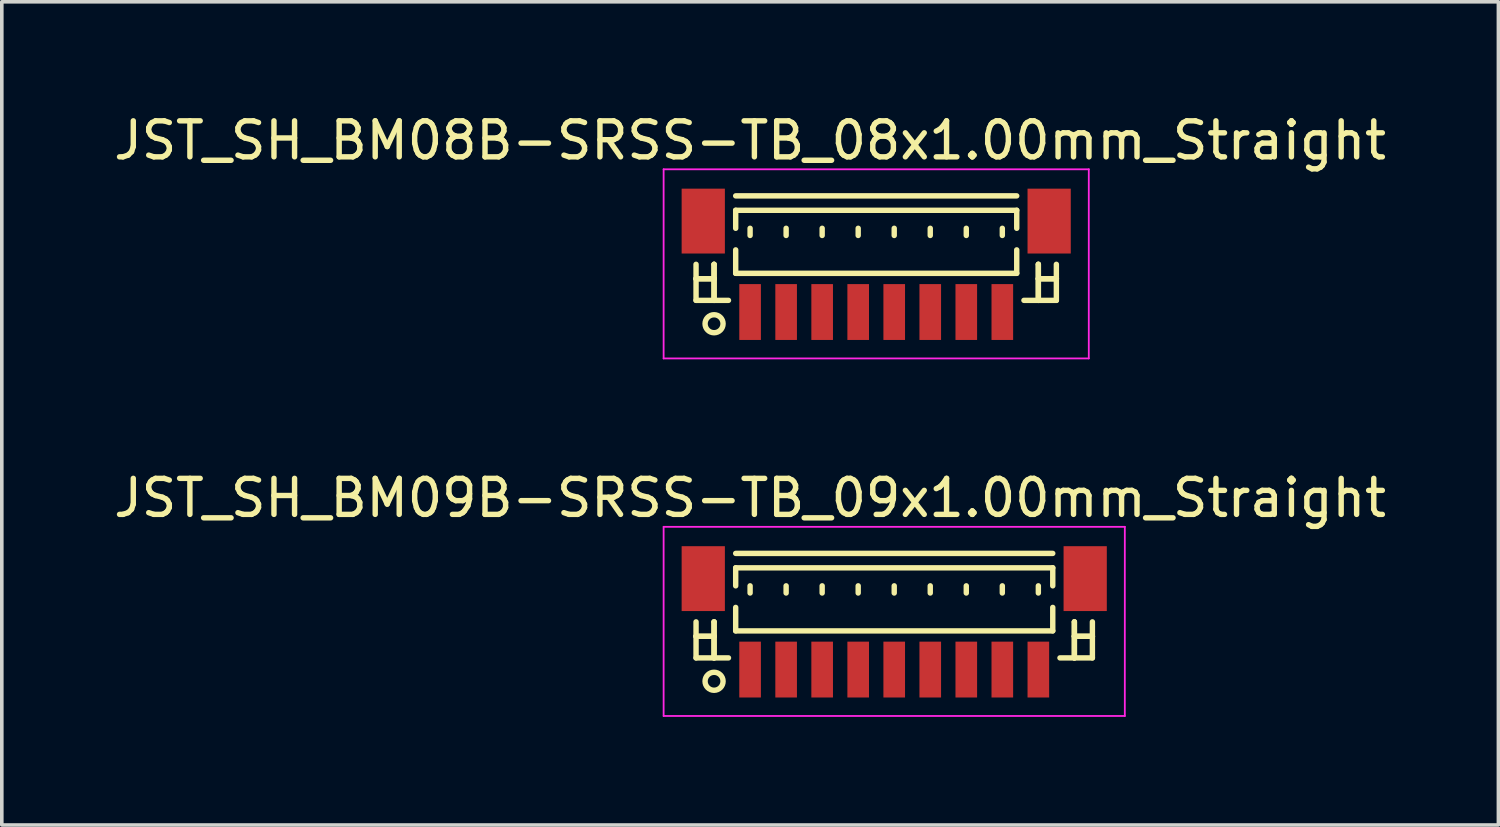
<source format=kicad_pcb>
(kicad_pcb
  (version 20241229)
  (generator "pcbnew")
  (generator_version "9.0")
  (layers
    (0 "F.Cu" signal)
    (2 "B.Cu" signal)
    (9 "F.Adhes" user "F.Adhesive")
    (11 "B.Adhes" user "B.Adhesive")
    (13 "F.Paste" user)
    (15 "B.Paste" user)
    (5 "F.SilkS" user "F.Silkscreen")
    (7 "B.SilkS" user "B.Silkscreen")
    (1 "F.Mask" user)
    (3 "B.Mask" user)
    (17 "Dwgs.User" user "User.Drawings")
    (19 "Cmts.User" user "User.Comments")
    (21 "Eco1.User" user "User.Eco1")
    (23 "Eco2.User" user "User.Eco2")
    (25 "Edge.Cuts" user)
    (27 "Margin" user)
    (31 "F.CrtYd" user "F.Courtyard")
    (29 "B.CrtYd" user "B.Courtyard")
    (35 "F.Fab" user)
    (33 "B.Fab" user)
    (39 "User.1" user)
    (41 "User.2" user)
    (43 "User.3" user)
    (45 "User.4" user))
  (footprint "JST_SH_BM09B-SRSS-TB_09x1.00mm_Straight"
    (layer "F.Cu")
    (at 21.768 14.271)
    (property "Reference" "JST_SH_BM09B-SRSS-TB_09x1.00mm_Straight" (at -4 -3.5 0) (layer "F.SilkS") (effects (font (size 1 1) (thickness 0.15))))
    (attr smd)
    (fp_line (start -5.5 -0.062) (end -5.5 0.938) (stroke (width 0.15) (type solid)) (layer "F.SilkS"))
    (fp_line (start -5.5 0.338) (end -5.5 0.338) (stroke (width 0.15) (type solid)) (layer "F.SilkS"))
    (fp_line (start -5.5 0.338) (end -5 0.338) (stroke (width 0.15) (type solid)) (layer "F.SilkS"))
    (fp_line (start -5.5 0.938) (end -4.6 0.938) (stroke (width 0.15) (type solid)) (layer "F.SilkS"))
    (fp_line (start -5 -0.062) (end -5 -0.062) (stroke (width 0.15) (type solid)) (layer "F.SilkS"))
    (fp_line (start -5 -0.062) (end -5 0.938) (stroke (width 0.15) (type solid)) (layer "F.SilkS"))
    (fp_line (start -5 0.338) (end -5.5 0.338) (stroke (width 0.15) (type solid)) (layer "F.SilkS"))
    (fp_line (start -5 0.338) (end -5 0.338) (stroke (width 0.15) (type solid)) (layer "F.SilkS"))
    (fp_line (start -5 0.938) (end -5 -0.062) (stroke (width 0.15) (type solid)) (layer "F.SilkS"))
    (fp_line (start -5 0.938) (end -5 0.938) (stroke (width 0.15) (type solid)) (layer "F.SilkS"))
    (fp_line (start -4.4 -1.962) (end 4.4 -1.962) (stroke (width 0.15) (type solid)) (layer "F.SilkS"))
    (fp_line (start -4.4 -1.562) (end 4.4 -1.562) (stroke (width 0.15) (type solid)) (layer "F.SilkS"))
    (fp_line (start -4.4 -1.062) (end -4.4 -1.562) (stroke (width 0.15) (type solid)) (layer "F.SilkS"))
    (fp_line (start -4.4 -0.463) (end -4.4 0.188) (stroke (width 0.15) (type solid)) (layer "F.SilkS"))
    (fp_line (start -4.4 0.188) (end 4.4 0.188) (stroke (width 0.15) (type solid)) (layer "F.SilkS"))
    (fp_line (start -4 -1.062) (end -4 -0.863) (stroke (width 0.15) (type solid)) (layer "F.SilkS"))
    (fp_line (start -3 -1.062) (end -3 -0.863) (stroke (width 0.15) (type solid)) (layer "F.SilkS"))
    (fp_line (start -2 -1.062) (end -2 -0.863) (stroke (width 0.15) (type solid)) (layer "F.SilkS"))
    (fp_line (start -1 -1.062) (end -1 -0.863) (stroke (width 0.15) (type solid)) (layer "F.SilkS"))
    (fp_line (start 0 -1.062) (end 0 -0.863) (stroke (width 0.15) (type solid)) (layer "F.SilkS"))
    (fp_line (start 1 -1.062) (end 1 -0.863) (stroke (width 0.15) (type solid)) (layer "F.SilkS"))
    (fp_line (start 2 -1.062) (end 2 -0.863) (stroke (width 0.15) (type solid)) (layer "F.SilkS"))
    (fp_line (start 3 -1.062) (end 3 -0.863) (stroke (width 0.15) (type solid)) (layer "F.SilkS"))
    (fp_line (start 4 -1.062) (end 4 -0.863) (stroke (width 0.15) (type solid)) (layer "F.SilkS"))
    (fp_line (start 4.4 -1.562) (end 4.4 -1.062) (stroke (width 0.15) (type solid)) (layer "F.SilkS"))
    (fp_line (start 4.4 0.188) (end 4.4 -0.463) (stroke (width 0.15) (type solid)) (layer "F.SilkS"))
    (fp_line (start 5 -0.062) (end 5 -0.062) (stroke (width 0.15) (type solid)) (layer "F.SilkS"))
    (fp_line (start 5 -0.062) (end 5 0.938) (stroke (width 0.15) (type solid)) (layer "F.SilkS"))
    (fp_line (start 5 0.338) (end 5 0.338) (stroke (width 0.15) (type solid)) (layer "F.SilkS"))
    (fp_line (start 5 0.338) (end 5.5 0.338) (stroke (width 0.15) (type solid)) (layer "F.SilkS"))
    (fp_line (start 5 0.938) (end 5 -0.062) (stroke (width 0.15) (type solid)) (layer "F.SilkS"))
    (fp_line (start 5 0.938) (end 5 0.938) (stroke (width 0.15) (type solid)) (layer "F.SilkS"))
    (fp_line (start 5.5 -0.062) (end 5.5 0.938) (stroke (width 0.15) (type solid)) (layer "F.SilkS"))
    (fp_line (start 5.5 0.338) (end 5 0.338) (stroke (width 0.15) (type solid)) (layer "F.SilkS"))
    (fp_line (start 5.5 0.338) (end 5.5 0.338) (stroke (width 0.15) (type solid)) (layer "F.SilkS"))
    (fp_line (start 5.5 0.938) (end 4.6 0.938) (stroke (width 0.15) (type solid)) (layer "F.SilkS"))
    (fp_circle (center -5 1.587) (end -4.75 1.587) (stroke (width 0.15) (type solid)) (fill no) (layer "F.SilkS"))
    (fp_line (start -6.4 -2.7) (end 6.4 -2.7) (stroke (width 0.05) (type solid)) (layer "F.CrtYd"))
    (fp_line (start -6.4 2.55) (end -6.4 -2.7) (stroke (width 0.05) (type solid)) (layer "F.CrtYd"))
    (fp_line (start 6.4 -2.7) (end 6.4 2.55) (stroke (width 0.05) (type solid)) (layer "F.CrtYd"))
    (fp_line (start 6.4 2.55) (end -6.4 2.55) (stroke (width 0.05) (type solid)) (layer "F.CrtYd"))
    (pad "" smd rect (at -5.3 -1.262) (size 1.2 1.8) (layers "F.Cu" "F.Mask" "F.Paste"))
    (pad "" smd rect (at 5.3 -1.262) (size 1.2 1.8) (layers "F.Cu" "F.Mask" "F.Paste"))
    (pad "1" smd rect (at -4 1.262) (size 0.6 1.55) (layers "F.Cu" "F.Mask" "F.Paste"))
    (pad "2" smd rect (at -3 1.262) (size 0.6 1.55) (layers "F.Cu" "F.Mask" "F.Paste"))
    (pad "3" smd rect (at -2 1.262) (size 0.6 1.55) (layers "F.Cu" "F.Mask" "F.Paste"))
    (pad "4" smd rect (at -1 1.262) (size 0.6 1.55) (layers "F.Cu" "F.Mask" "F.Paste"))
    (pad "5" smd rect (at 0 1.262) (size 0.6 1.55) (layers "F.Cu" "F.Mask" "F.Paste"))
    (pad "6" smd rect (at 1 1.262) (size 0.6 1.55) (layers "F.Cu" "F.Mask" "F.Paste"))
    (pad "7" smd rect (at 2 1.262) (size 0.6 1.55) (layers "F.Cu" "F.Mask" "F.Paste"))
    (pad "8" smd rect (at 3 1.262) (size 0.6 1.55) (layers "F.Cu" "F.Mask" "F.Paste"))
    (pad "9" smd rect (at 4 1.262) (size 0.6 1.55) (layers "F.Cu" "F.Mask" "F.Paste")))
  (footprint "JST_SH_BM08B-SRSS-TB_08x1.00mm_Straight"
    (layer "F.Cu")
    (at 21.268 4.348)
    (property "Reference" "JST_SH_BM08B-SRSS-TB_08x1.00mm_Straight" (at -3.5 -3.5 0) (layer "F.SilkS") (effects (font (size 1 1) (thickness 0.15))))
    (attr smd)
    (fp_line (start -5 -0.062) (end -5 0.938) (stroke (width 0.15) (type solid)) (layer "F.SilkS"))
    (fp_line (start -5 0.338) (end -5 0.338) (stroke (width 0.15) (type solid)) (layer "F.SilkS"))
    (fp_line (start -5 0.338) (end -4.5 0.338) (stroke (width 0.15) (type solid)) (layer "F.SilkS"))
    (fp_line (start -5 0.938) (end -4.1 0.938) (stroke (width 0.15) (type solid)) (layer "F.SilkS"))
    (fp_line (start -4.5 -0.062) (end -4.5 -0.062) (stroke (width 0.15) (type solid)) (layer "F.SilkS"))
    (fp_line (start -4.5 -0.062) (end -4.5 0.938) (stroke (width 0.15) (type solid)) (layer "F.SilkS"))
    (fp_line (start -4.5 0.338) (end -5 0.338) (stroke (width 0.15) (type solid)) (layer "F.SilkS"))
    (fp_line (start -4.5 0.338) (end -4.5 0.338) (stroke (width 0.15) (type solid)) (layer "F.SilkS"))
    (fp_line (start -4.5 0.938) (end -4.5 -0.062) (stroke (width 0.15) (type solid)) (layer "F.SilkS"))
    (fp_line (start -4.5 0.938) (end -4.5 0.938) (stroke (width 0.15) (type solid)) (layer "F.SilkS"))
    (fp_line (start -3.9 -1.962) (end 3.9 -1.962) (stroke (width 0.15) (type solid)) (layer "F.SilkS"))
    (fp_line (start -3.9 -1.562) (end 3.9 -1.562) (stroke (width 0.15) (type solid)) (layer "F.SilkS"))
    (fp_line (start -3.9 -1.062) (end -3.9 -1.562) (stroke (width 0.15) (type solid)) (layer "F.SilkS"))
    (fp_line (start -3.9 -0.463) (end -3.9 0.188) (stroke (width 0.15) (type solid)) (layer "F.SilkS"))
    (fp_line (start -3.9 0.188) (end 3.9 0.188) (stroke (width 0.15) (type solid)) (layer "F.SilkS"))
    (fp_line (start -3.5 -1.062) (end -3.5 -0.863) (stroke (width 0.15) (type solid)) (layer "F.SilkS"))
    (fp_line (start -2.5 -1.062) (end -2.5 -0.863) (stroke (width 0.15) (type solid)) (layer "F.SilkS"))
    (fp_line (start -1.5 -1.062) (end -1.5 -0.863) (stroke (width 0.15) (type solid)) (layer "F.SilkS"))
    (fp_line (start -0.5 -1.062) (end -0.5 -0.863) (stroke (width 0.15) (type solid)) (layer "F.SilkS"))
    (fp_line (start 0.5 -1.062) (end 0.5 -0.863) (stroke (width 0.15) (type solid)) (layer "F.SilkS"))
    (fp_line (start 1.5 -1.062) (end 1.5 -0.863) (stroke (width 0.15) (type solid)) (layer "F.SilkS"))
    (fp_line (start 2.5 -1.062) (end 2.5 -0.863) (stroke (width 0.15) (type solid)) (layer "F.SilkS"))
    (fp_line (start 3.5 -1.062) (end 3.5 -0.863) (stroke (width 0.15) (type solid)) (layer "F.SilkS"))
    (fp_line (start 3.9 -1.562) (end 3.9 -1.062) (stroke (width 0.15) (type solid)) (layer "F.SilkS"))
    (fp_line (start 3.9 0.188) (end 3.9 -0.463) (stroke (width 0.15) (type solid)) (layer "F.SilkS"))
    (fp_line (start 4.5 -0.062) (end 4.5 -0.062) (stroke (width 0.15) (type solid)) (layer "F.SilkS"))
    (fp_line (start 4.5 -0.062) (end 4.5 0.938) (stroke (width 0.15) (type solid)) (layer "F.SilkS"))
    (fp_line (start 4.5 0.338) (end 4.5 0.338) (stroke (width 0.15) (type solid)) (layer "F.SilkS"))
    (fp_line (start 4.5 0.338) (end 5 0.338) (stroke (width 0.15) (type solid)) (layer "F.SilkS"))
    (fp_line (start 4.5 0.938) (end 4.5 -0.062) (stroke (width 0.15) (type solid)) (layer "F.SilkS"))
    (fp_line (start 4.5 0.938) (end 4.5 0.938) (stroke (width 0.15) (type solid)) (layer "F.SilkS"))
    (fp_line (start 5 -0.062) (end 5 0.938) (stroke (width 0.15) (type solid)) (layer "F.SilkS"))
    (fp_line (start 5 0.338) (end 4.5 0.338) (stroke (width 0.15) (type solid)) (layer "F.SilkS"))
    (fp_line (start 5 0.338) (end 5 0.338) (stroke (width 0.15) (type solid)) (layer "F.SilkS"))
    (fp_line (start 5 0.938) (end 4.1 0.938) (stroke (width 0.15) (type solid)) (layer "F.SilkS"))
    (fp_circle (center -4.5 1.587) (end -4.25 1.587) (stroke (width 0.15) (type solid)) (fill no) (layer "F.SilkS"))
    (fp_line (start -5.9 -2.7) (end 5.9 -2.7) (stroke (width 0.05) (type solid)) (layer "F.CrtYd"))
    (fp_line (start -5.9 2.55) (end -5.9 -2.7) (stroke (width 0.05) (type solid)) (layer "F.CrtYd"))
    (fp_line (start 5.9 -2.7) (end 5.9 2.55) (stroke (width 0.05) (type solid)) (layer "F.CrtYd"))
    (fp_line (start 5.9 2.55) (end -5.9 2.55) (stroke (width 0.05) (type solid)) (layer "F.CrtYd"))
    (pad "" smd rect (at -4.8 -1.262) (size 1.2 1.8) (layers "F.Cu" "F.Mask" "F.Paste"))
    (pad "" smd rect (at 4.8 -1.262) (size 1.2 1.8) (layers "F.Cu" "F.Mask" "F.Paste"))
    (pad "1" smd rect (at -3.5 1.262) (size 0.6 1.55) (layers "F.Cu" "F.Mask" "F.Paste"))
    (pad "2" smd rect (at -2.5 1.262) (size 0.6 1.55) (layers "F.Cu" "F.Mask" "F.Paste"))
    (pad "3" smd rect (at -1.5 1.262) (size 0.6 1.55) (layers "F.Cu" "F.Mask" "F.Paste"))
    (pad "4" smd rect (at -0.5 1.262) (size 0.6 1.55) (layers "F.Cu" "F.Mask" "F.Paste"))
    (pad "5" smd rect (at 0.5 1.262) (size 0.6 1.55) (layers "F.Cu" "F.Mask" "F.Paste"))
    (pad "6" smd rect (at 1.5 1.262) (size 0.6 1.55) (layers "F.Cu" "F.Mask" "F.Paste"))
    (pad "7" smd rect (at 2.5 1.262) (size 0.6 1.55) (layers "F.Cu" "F.Mask" "F.Paste"))
    (pad "8" smd rect (at 3.5 1.262) (size 0.6 1.55) (layers "F.Cu" "F.Mask" "F.Paste")))
  (gr_rect
    (start -3 -3)
    (end 38.536 19.846)
    (stroke (width 0.1) (type default))
    (fill no)
    (layer "Edge.Cuts")))
</source>
